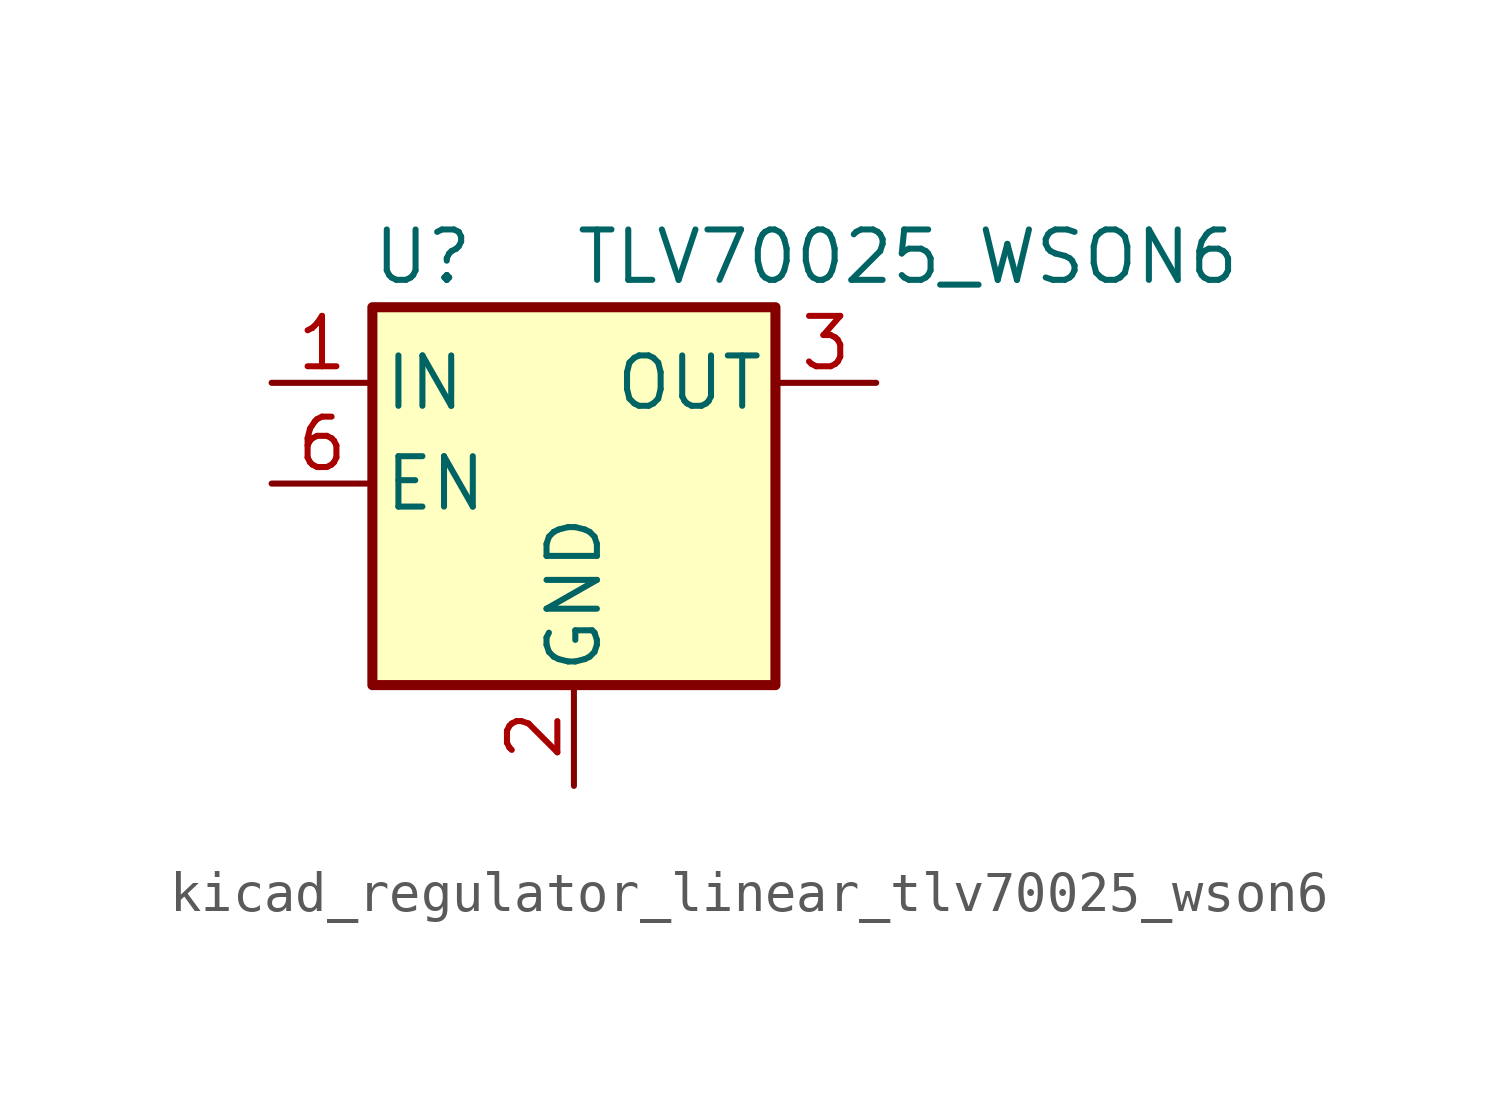
<source format=kicad_sym>
(kicad_symbol_lib
  (version 20220914)
  (generator kicad_symbol_editor)
  (symbol "kicad_regulator_linear_tlv70025_wson6"
    (pin_names
      (offset 0.254))
    (property "Reference" "U"
      (at -3.81 5.715 0)
      (effects (font (size 1.27 1.27))))
    (property "Value" "TLV70025_WSON6"
      (at 0 5.715 0)
      (effects (font (size 1.27 1.27)) (justify left)))
    (symbol "kicad_regulator_linear_tlv70025_wson6_0_1"
      (rectangle (start -5.08 4.445) (end 5.08 -5.08) (stroke (width 0.254) (type default)) (fill (type background))))
    (symbol "kicad_regulator_linear_tlv70025_wson6_1_1"
      (pin power_in line (at -7.62 2.54 0) (length 2.54) (name "IN" (effects (font (size 1.27 1.27)))) (number "1" (effects (font (size 1.27 1.27)))))
      (pin power_in line (at 0 -7.62 90) (length 2.54) (name "GND" (effects (font (size 1.27 1.27)))) (number "2" (effects (font (size 1.27 1.27)))))
      (pin power_out line (at 7.62 2.54 180) (length 2.54) (name "OUT" (effects (font (size 1.27 1.27)))) (number "3" (effects (font (size 1.27 1.27)))))
      (pin no_connect line (at 7.62 0 180) (length 2.54) hide (name "NC" (effects (font (size 1.27 1.27)))) (number "4" (effects (font (size 1.27 1.27)))))
      (pin no_connect line (at -2.54 -5.08 90) (length 2.54) hide (name "NC" (effects (font (size 1.27 1.27)))) (number "5" (effects (font (size 1.27 1.27)))))
      (pin input line (at -7.62 0 0) (length 2.54) (name "EN" (effects (font (size 1.27 1.27)))) (number "6" (effects (font (size 1.27 1.27))))))))
</source>
